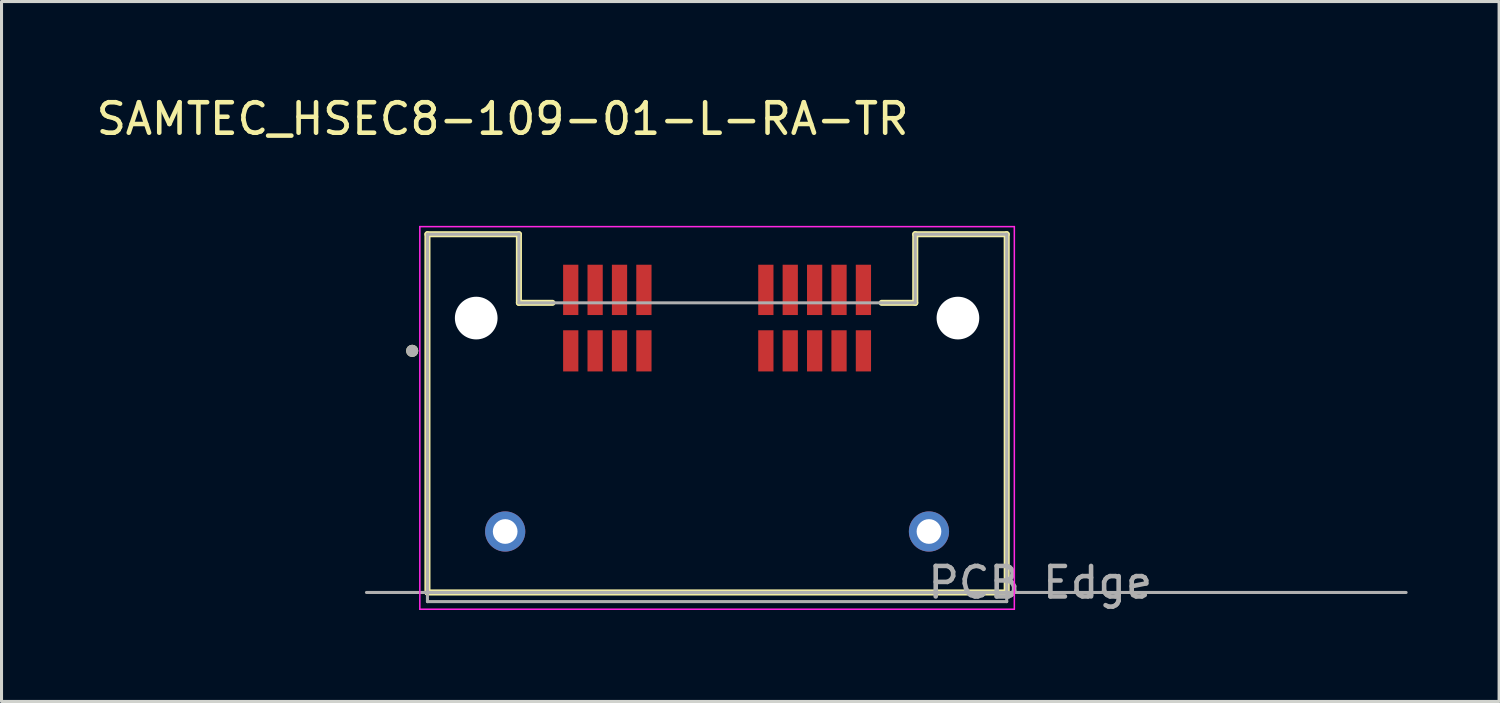
<source format=kicad_pcb>
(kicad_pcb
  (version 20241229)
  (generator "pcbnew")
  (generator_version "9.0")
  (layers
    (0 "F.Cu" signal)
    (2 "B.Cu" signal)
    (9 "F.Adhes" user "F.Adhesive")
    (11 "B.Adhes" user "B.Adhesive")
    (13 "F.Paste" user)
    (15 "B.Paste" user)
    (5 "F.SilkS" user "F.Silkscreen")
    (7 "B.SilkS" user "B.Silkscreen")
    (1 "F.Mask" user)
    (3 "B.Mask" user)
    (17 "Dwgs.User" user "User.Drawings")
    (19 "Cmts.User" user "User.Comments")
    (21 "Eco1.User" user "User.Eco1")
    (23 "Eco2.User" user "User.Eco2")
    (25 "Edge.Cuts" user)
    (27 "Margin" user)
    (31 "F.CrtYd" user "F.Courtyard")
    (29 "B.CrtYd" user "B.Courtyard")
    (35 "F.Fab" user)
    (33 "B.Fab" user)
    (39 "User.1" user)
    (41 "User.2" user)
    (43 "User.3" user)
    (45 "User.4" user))
  (footprint "SAMTEC_HSEC8-109-01-L-RA-TR"
    (layer "F.Cu")
    (at 20.47 7.383)
    (property "Reference" "SAMTEC_HSEC8-109-01-L-RA-TR" (at -7.035 -6.535 0) (layer "F.SilkS") (effects (font (size 1 1) (thickness 0.15))))
    (attr smd)
    (fp_line (start -9.5 -2.75) (end -6.5 -2.75) (stroke (width 0.2) (type solid)) (layer "F.SilkS"))
    (fp_line (start -9.5 9) (end -9.5 -2.75) (stroke (width 0.2) (type solid)) (layer "F.SilkS"))
    (fp_line (start -6.5 -2.75) (end -6.5 -0.5) (stroke (width 0.2) (type solid)) (layer "F.SilkS"))
    (fp_line (start -6.5 -0.5) (end -5.4 -0.5) (stroke (width 0.2) (type solid)) (layer "F.SilkS"))
    (fp_line (start 5.4 -0.5) (end 6.5 -0.5) (stroke (width 0.2) (type solid)) (layer "F.SilkS"))
    (fp_line (start 6.5 -2.75) (end 9.5 -2.75) (stroke (width 0.2) (type solid)) (layer "F.SilkS"))
    (fp_line (start 6.5 -0.5) (end 6.5 -2.75) (stroke (width 0.2) (type solid)) (layer "F.SilkS"))
    (fp_line (start 9.5 -2.75) (end 9.5 9) (stroke (width 0.2) (type solid)) (layer "F.SilkS"))
    (fp_line (start 9.5 9) (end -9.5 9) (stroke (width 0.2) (type solid)) (layer "F.SilkS"))
    (fp_circle (center -10 1.075) (end -9.9 1.075) (stroke (width 0.2) (type solid)) (fill no) (layer "F.SilkS"))
    (fp_circle (center -6.95 7) (end -6.348 7) (stroke (width 1.205) (type solid)) (fill no) (layer "F.Paste"))
    (fp_circle (center 6.95 7) (end 7.553 7) (stroke (width 1.205) (type solid)) (fill no) (layer "F.Paste"))
    (fp_line (start -9.75 -3) (end 9.75 -3) (stroke (width 0.05) (type solid)) (layer "F.CrtYd"))
    (fp_line (start -9.75 9.55) (end -9.75 -3) (stroke (width 0.05) (type solid)) (layer "F.CrtYd"))
    (fp_line (start 9.75 -3) (end 9.75 9.55) (stroke (width 0.05) (type solid)) (layer "F.CrtYd"))
    (fp_line (start 9.75 9.55) (end -9.75 9.55) (stroke (width 0.05) (type solid)) (layer "F.CrtYd"))
    (fp_line (start -11.5 9) (end 22.6 9) (stroke (width 0.1) (type solid)) (layer "F.Fab"))
    (fp_line (start -9.5 -2.75) (end -6.5 -2.75) (stroke (width 0.1) (type solid)) (layer "F.Fab"))
    (fp_line (start -9.5 9.3) (end -9.5 -2.75) (stroke (width 0.1) (type solid)) (layer "F.Fab"))
    (fp_line (start -6.5 -2.75) (end -6.5 -0.5) (stroke (width 0.1) (type solid)) (layer "F.Fab"))
    (fp_line (start -6.5 -0.5) (end 6.5 -0.5) (stroke (width 0.1) (type solid)) (layer "F.Fab"))
    (fp_line (start 6.5 -2.75) (end 9.5 -2.75) (stroke (width 0.1) (type solid)) (layer "F.Fab"))
    (fp_line (start 6.5 -0.5) (end 6.5 -2.75) (stroke (width 0.1) (type solid)) (layer "F.Fab"))
    (fp_line (start 9.5 -2.75) (end 9.5 9.3) (stroke (width 0.1) (type solid)) (layer "F.Fab"))
    (fp_line (start 9.5 9.3) (end -9.5 9.3) (stroke (width 0.1) (type solid)) (layer "F.Fab"))
    (fp_circle (center -10 1.075) (end -9.9 1.075) (stroke (width 0.2) (type solid)) (fill no) (layer "F.Fab"))
    (fp_text user "PCB Edge" (at 10.6 8.675 0) (layer "F.Fab") (effects (font (size 1 1) (thickness 0.15))))
    (pad "" np_thru_hole circle (at -7.9 0) (size 1.4 1.4) (drill 1.4) (layers "*.Cu" "*.Mask"))
    (pad "" np_thru_hole circle (at 7.9 0) (size 1.4 1.4) (drill 1.4) (layers "*.Cu" "*.Mask"))
    (pad "01" smd rect (at -4.8 1.075) (size 0.5 1.35) (layers "F.Cu" "F.Mask" "F.Paste"))
    (pad "02" smd rect (at -4.8 -0.925) (size 0.5 1.65) (layers "F.Cu" "F.Mask" "F.Paste"))
    (pad "03" smd rect (at -4 1.075) (size 0.5 1.35) (layers "F.Cu" "F.Mask" "F.Paste"))
    (pad "04" smd rect (at -4 -0.925) (size 0.5 1.65) (layers "F.Cu" "F.Mask" "F.Paste"))
    (pad "05" smd rect (at -3.2 1.075) (size 0.5 1.35) (layers "F.Cu" "F.Mask" "F.Paste"))
    (pad "06" smd rect (at -3.2 -0.925) (size 0.5 1.65) (layers "F.Cu" "F.Mask" "F.Paste"))
    (pad "07" smd rect (at -2.4 1.075) (size 0.5 1.35) (layers "F.Cu" "F.Mask" "F.Paste"))
    (pad "08" smd rect (at -2.4 -0.925) (size 0.5 1.65) (layers "F.Cu" "F.Mask" "F.Paste"))
    (pad "09" smd rect (at 1.6 1.075) (size 0.5 1.35) (layers "F.Cu" "F.Mask" "F.Paste"))
    (pad "10" smd rect (at 1.6 -0.925) (size 0.5 1.65) (layers "F.Cu" "F.Mask" "F.Paste"))
    (pad "11" smd rect (at 2.4 1.075) (size 0.5 1.35) (layers "F.Cu" "F.Mask" "F.Paste"))
    (pad "12" smd rect (at 2.4 -0.925) (size 0.5 1.65) (layers "F.Cu" "F.Mask" "F.Paste"))
    (pad "13" smd rect (at 3.2 1.075) (size 0.5 1.35) (layers "F.Cu" "F.Mask" "F.Paste"))
    (pad "14" smd rect (at 3.2 -0.925) (size 0.5 1.65) (layers "F.Cu" "F.Mask" "F.Paste"))
    (pad "15" smd rect (at 4 1.075) (size 0.5 1.35) (layers "F.Cu" "F.Mask" "F.Paste"))
    (pad "16" smd rect (at 4 -0.925) (size 0.5 1.65) (layers "F.Cu" "F.Mask" "F.Paste"))
    (pad "17" smd rect (at 4.8 1.075) (size 0.5 1.35) (layers "F.Cu" "F.Mask" "F.Paste"))
    (pad "18" smd rect (at 4.8 -0.925) (size 0.5 1.65) (layers "F.Cu" "F.Mask" "F.Paste"))
    (pad "S1" thru_hole circle (at -6.95 7) (size 1.318 1.318) (drill 0.81) (layers "*.Cu" "*.Mask"))
    (pad "S2" thru_hole circle (at 6.95 7) (size 1.318 1.318) (drill 0.81) (layers "*.Cu" "*.Mask")))
  (gr_rect
    (start -3 -3)
    (end 46.12 19.958)
    (stroke (width 0.1) (type default))
    (fill no)
    (layer "Edge.Cuts")))
</source>
